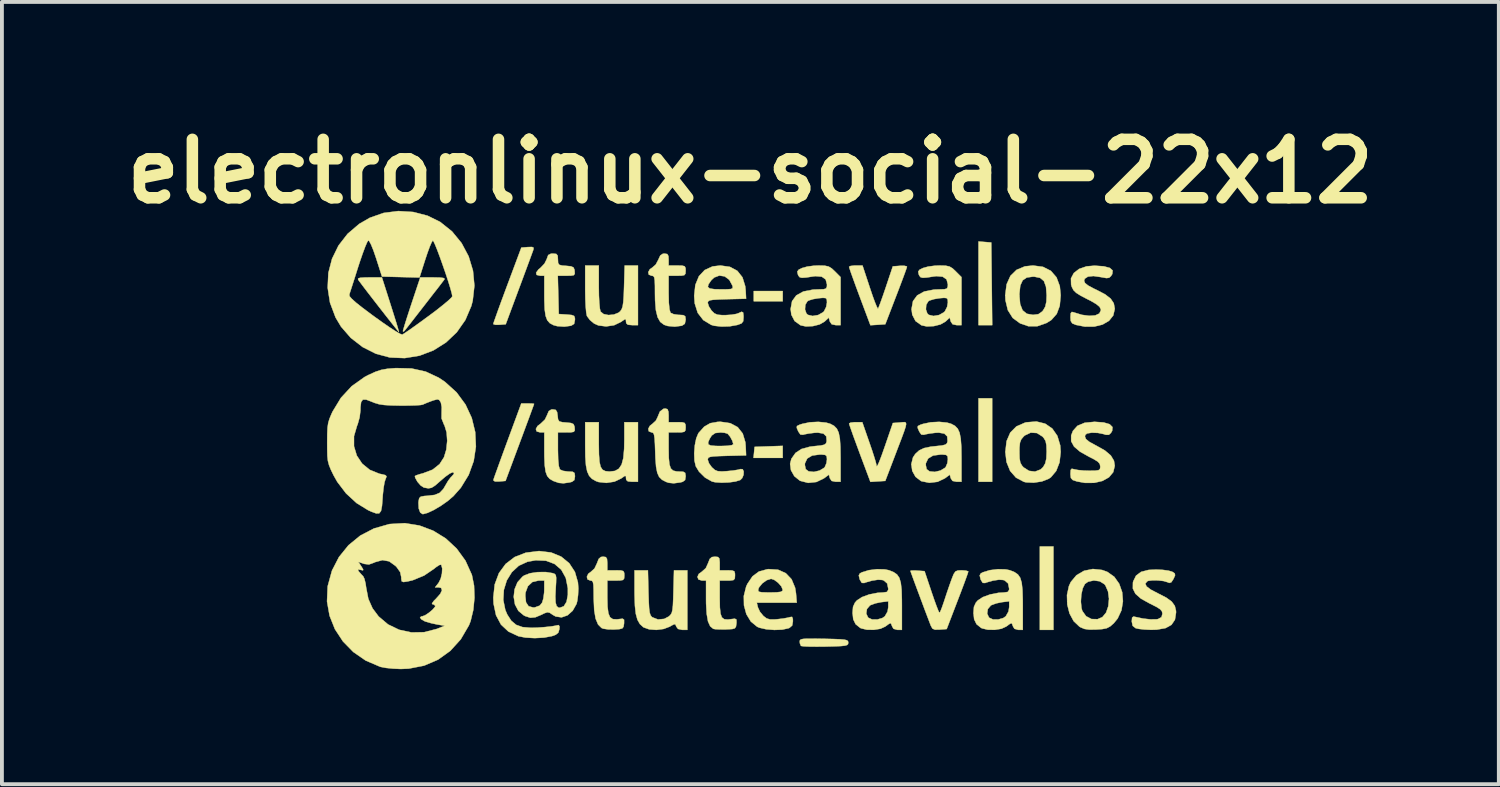
<source format=kicad_pcb>
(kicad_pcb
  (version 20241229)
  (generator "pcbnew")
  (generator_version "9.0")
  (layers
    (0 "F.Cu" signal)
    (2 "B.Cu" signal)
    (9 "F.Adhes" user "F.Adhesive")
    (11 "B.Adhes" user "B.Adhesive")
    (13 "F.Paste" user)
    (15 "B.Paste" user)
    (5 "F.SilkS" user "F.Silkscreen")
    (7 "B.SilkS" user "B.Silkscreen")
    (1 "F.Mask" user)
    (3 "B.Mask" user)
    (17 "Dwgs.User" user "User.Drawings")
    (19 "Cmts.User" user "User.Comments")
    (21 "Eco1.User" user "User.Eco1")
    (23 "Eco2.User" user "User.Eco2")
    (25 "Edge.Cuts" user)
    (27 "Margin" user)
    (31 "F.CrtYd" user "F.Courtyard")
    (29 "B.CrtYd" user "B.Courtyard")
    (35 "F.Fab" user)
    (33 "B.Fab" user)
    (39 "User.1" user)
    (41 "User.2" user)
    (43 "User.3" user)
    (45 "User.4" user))
  (footprint "electronlinux-social-22x12"
    (layer "F.Cu")
    (at 16.517 8.403)
    (property "Reference" "electronlinux-social-22x12" (at 0 -6.985 0) (layer "F.SilkS") (effects (font (size 1.524 1.524) (thickness 0.3))))
    (attr through_hole)
    (fp_poly (pts (xy 0.844 -3.597) (xy 0.089 -3.597) (xy 0.089 -3.863) (xy 0.844 -3.863) (xy 0.844 -3.597)) (stroke (width 0.01) (type solid)) (fill yes) (layer "F.SilkS"))
    (fp_poly (pts (xy 6.306 1.11) (xy 5.95 1.11) (xy 5.95 -1.066) (xy 6.306 -1.066) (xy 6.306 1.11)) (stroke (width 0.01) (type solid)) (fill yes) (layer "F.SilkS"))
    (fp_poly (pts (xy 7.904 4.973) (xy 7.549 4.973) (xy 7.549 2.798) (xy 7.904 2.798) (xy 7.904 4.973)) (stroke (width 0.01) (type solid)) (fill yes) (layer "F.SilkS"))
    (fp_poly (pts (xy 6.283 -5.129) (xy 6.295 -4.052) (xy 6.307 -2.975) (xy 5.95 -2.975) (xy 5.95 -5.156) (xy 6.283 -5.129)) (stroke (width 0.01) (type solid)) (fill yes) (layer "F.SilkS"))
    (fp_poly (pts (xy 0.844 0.488) (xy 0.083 0.488) (xy 0.097 0.344) (xy 0.111 0.2) (xy 0.477 0.187) (xy 0.844 0.174) (xy 0.844 0.488)) (stroke (width 0.01) (type solid)) (fill yes) (layer "F.SilkS"))
    (fp_poly (pts (xy -5.699 -0.93) (xy -5.642 -0.923) (xy -5.64 -0.921) (xy -5.654 -0.879) (xy -5.696 -0.764) (xy -5.76 -0.589) (xy -5.843 -0.366) (xy -5.939 -0.106) (xy -6.012 0.089) (xy -6.384 1.088) (xy -6.548 1.102) (xy -6.66 1.102) (xy -6.699 1.075) (xy -6.698 1.055) (xy -6.679 0.997) (xy -6.633 0.869) (xy -6.566 0.683) (xy -6.482 0.451) (xy -6.385 0.186) (xy -6.328 0.031) (xy -5.973 -0.932) (xy -5.806 -0.932) (xy -5.699 -0.93)) (stroke (width 0.01) (type solid)) (fill yes) (layer "F.SilkS"))
    (fp_poly (pts (xy -5.652 -4.993) (xy -5.658 -4.943) (xy -5.681 -4.879) (xy -5.73 -4.745) (xy -5.8 -4.555) (xy -5.887 -4.32) (xy -5.985 -4.055) (xy -6.032 -3.93) (xy -6.379 -2.997) (xy -6.542 -2.984) (xy -6.647 -2.983) (xy -6.701 -3) (xy -6.703 -3.006) (xy -6.688 -3.056) (xy -6.645 -3.177) (xy -6.581 -3.357) (xy -6.498 -3.585) (xy -6.401 -3.847) (xy -6.337 -4.019) (xy -5.972 -4.996) (xy -5.802 -5.01) (xy -5.693 -5.013) (xy -5.652 -4.993)) (stroke (width 0.01) (type solid)) (fill yes) (layer "F.SilkS"))
    (fp_poly (pts (xy -9.526 -3.963) (xy -9.401 -3.571) (xy -9.303 -3.261) (xy -9.231 -3.031) (xy -9.186 -2.88) (xy -9.167 -2.806) (xy -9.167 -2.798) (xy -9.196 -2.831) (xy -9.271 -2.923) (xy -9.383 -3.065) (xy -9.523 -3.243) (xy -9.683 -3.448) (xy -9.684 -3.449) (xy -9.847 -3.659) (xy -9.992 -3.847) (xy -10.11 -4.002) (xy -10.191 -4.11) (xy -10.227 -4.16) (xy -10.228 -4.191) (xy -10.176 -4.209) (xy -10.058 -4.217) (xy -9.935 -4.219) (xy -9.608 -4.219) (xy -9.526 -3.963)) (stroke (width 0.01) (type solid)) (fill yes) (layer "F.SilkS"))
    (fp_poly (pts (xy -8.1 -4.215) (xy -8.004 -4.204) (xy -7.972 -4.183) (xy -7.98 -4.163) (xy -8.045 -4.078) (xy -8.147 -3.945) (xy -8.276 -3.78) (xy -8.42 -3.594) (xy -8.569 -3.402) (xy -8.713 -3.217) (xy -8.84 -3.053) (xy -8.941 -2.924) (xy -9.005 -2.843) (xy -9.022 -2.822) (xy -9.055 -2.805) (xy -9.059 -2.822) (xy -9.045 -2.876) (xy -9.008 -3) (xy -8.952 -3.177) (xy -8.882 -3.393) (xy -8.833 -3.541) (xy -8.607 -4.219) (xy -8.273 -4.219) (xy -8.1 -4.215)) (stroke (width 0.01) (type solid)) (fill yes) (layer "F.SilkS"))
    (fp_poly (pts (xy 1.891 5.205) (xy 1.921 5.205) (xy 2.169 5.211) (xy 2.343 5.218) (xy 2.454 5.228) (xy 2.517 5.243) (xy 2.546 5.266) (xy 2.553 5.299) (xy 2.553 5.306) (xy 2.548 5.342) (xy 2.524 5.367) (xy 2.466 5.384) (xy 2.361 5.395) (xy 2.195 5.402) (xy 1.954 5.408) (xy 1.951 5.408) (xy 1.728 5.41) (xy 1.538 5.408) (xy 1.398 5.402) (xy 1.324 5.392) (xy 1.319 5.389) (xy 1.292 5.323) (xy 1.288 5.276) (xy 1.293 5.243) (xy 1.319 5.221) (xy 1.378 5.208) (xy 1.484 5.201) (xy 1.651 5.201) (xy 1.891 5.205)) (stroke (width 0.01) (type solid)) (fill yes) (layer "F.SilkS"))
    (fp_poly (pts (xy 3.115 -3.954) (xy 3.185 -3.747) (xy 3.247 -3.576) (xy 3.296 -3.457) (xy 3.325 -3.403) (xy 3.329 -3.402) (xy 3.351 -3.451) (xy 3.395 -3.567) (xy 3.455 -3.735) (xy 3.524 -3.936) (xy 3.534 -3.966) (xy 3.715 -4.507) (xy 3.9 -4.521) (xy 4.014 -4.522) (xy 4.079 -4.507) (xy 4.085 -4.499) (xy 4.069 -4.447) (xy 4.027 -4.328) (xy 3.962 -4.153) (xy 3.881 -3.938) (xy 3.801 -3.73) (xy 3.519 -2.997) (xy 3.325 -2.984) (xy 3.131 -2.972) (xy 2.852 -3.717) (xy 2.762 -3.959) (xy 2.685 -4.171) (xy 2.624 -4.341) (xy 2.586 -4.454) (xy 2.574 -4.496) (xy 2.614 -4.517) (xy 2.713 -4.529) (xy 2.75 -4.529) (xy 2.925 -4.529) (xy 3.115 -3.954)) (stroke (width 0.01) (type solid)) (fill yes) (layer "F.SilkS"))
    (fp_poly (pts (xy 4.054 -0.433) (xy 4.063 -0.395) (xy 4.049 -0.323) (xy 4.01 -0.204) (xy 3.946 -0.03) (xy 3.854 0.21) (xy 3.775 0.418) (xy 3.519 1.088) (xy 3.325 1.1) (xy 3.131 1.113) (xy 2.852 0.368) (xy 2.763 0.126) (xy 2.685 -0.086) (xy 2.625 -0.256) (xy 2.586 -0.369) (xy 2.575 -0.411) (xy 2.615 -0.432) (xy 2.713 -0.443) (xy 2.747 -0.444) (xy 2.919 -0.444) (xy 3.102 0.082) (xy 3.173 0.288) (xy 3.23 0.465) (xy 3.27 0.597) (xy 3.286 0.665) (xy 3.286 0.667) (xy 3.293 0.708) (xy 3.317 0.685) (xy 3.359 0.594) (xy 3.422 0.43) (xy 3.508 0.186) (xy 3.53 0.123) (xy 3.717 -0.422) (xy 3.905 -0.436) (xy 3.973 -0.443) (xy 4.023 -0.445) (xy 4.054 -0.433)) (stroke (width 0.01) (type solid)) (fill yes) (layer "F.SilkS"))
    (fp_poly (pts (xy -3.952 0.126) (xy -3.948 0.396) (xy -3.934 0.589) (xy -3.905 0.718) (xy -3.855 0.796) (xy -3.78 0.833) (xy -3.675 0.844) (xy -3.668 0.844) (xy -3.53 0.827) (xy -3.428 0.769) (xy -3.357 0.661) (xy -3.312 0.492) (xy -3.291 0.254) (xy -3.286 0.016) (xy -3.286 -0.444) (xy -2.931 -0.444) (xy -2.931 1.11) (xy -3.086 1.11) (xy -3.193 1.1) (xy -3.236 1.062) (xy -3.242 1.02) (xy -3.245 0.963) (xy -3.272 0.957) (xy -3.341 1.004) (xy -3.37 1.025) (xy -3.545 1.107) (xy -3.754 1.139) (xy -3.957 1.117) (xy -4.027 1.092) (xy -4.13 1.033) (xy -4.204 0.954) (xy -4.255 0.841) (xy -4.287 0.68) (xy -4.303 0.458) (xy -4.307 0.162) (xy -4.307 -0.444) (xy -3.952 -0.444) (xy -3.952 0.126)) (stroke (width 0.01) (type solid)) (fill yes) (layer "F.SilkS"))
    (fp_poly (pts (xy -2.657 4) (xy -2.649 4.241) (xy -2.64 4.409) (xy -2.626 4.519) (xy -2.604 4.588) (xy -2.574 4.63) (xy -2.556 4.644) (xy -2.409 4.701) (xy -2.246 4.686) (xy -2.125 4.622) (xy -2.082 4.581) (xy -2.051 4.531) (xy -2.032 4.455) (xy -2.019 4.336) (xy -2.011 4.157) (xy -2.006 3.978) (xy -1.991 3.419) (xy -1.643 3.419) (xy -1.643 4.973) (xy -1.773 4.973) (xy -1.886 4.948) (xy -1.931 4.887) (xy -1.953 4.832) (xy -1.988 4.825) (xy -2.063 4.864) (xy -2.1 4.887) (xy -2.26 4.948) (xy -2.45 4.973) (xy -2.637 4.959) (xy -2.783 4.907) (xy -2.792 4.901) (xy -2.881 4.82) (xy -2.944 4.709) (xy -2.986 4.556) (xy -3.01 4.345) (xy -3.019 4.064) (xy -3.02 3.976) (xy -3.02 3.419) (xy -2.671 3.419) (xy -2.657 4)) (stroke (width 0.01) (type solid)) (fill yes) (layer "F.SilkS"))
    (fp_poly (pts (xy -3.952 -3.971) (xy -3.949 -3.75) (xy -3.939 -3.556) (xy -3.925 -3.409) (xy -3.907 -3.329) (xy -3.906 -3.328) (xy -3.827 -3.263) (xy -3.7 -3.237) (xy -3.559 -3.25) (xy -3.435 -3.3) (xy -3.393 -3.335) (xy -3.356 -3.388) (xy -3.33 -3.463) (xy -3.313 -3.577) (xy -3.301 -3.746) (xy -3.293 -3.979) (xy -3.277 -4.529) (xy -2.931 -4.529) (xy -2.931 -2.975) (xy -3.086 -2.975) (xy -3.193 -2.985) (xy -3.236 -3.024) (xy -3.242 -3.065) (xy -3.246 -3.122) (xy -3.272 -3.128) (xy -3.342 -3.081) (xy -3.372 -3.059) (xy -3.552 -2.972) (xy -3.761 -2.941) (xy -3.963 -2.967) (xy -4.075 -3.017) (xy -4.184 -3.108) (xy -4.259 -3.209) (xy -4.264 -3.222) (xy -4.28 -3.308) (xy -4.294 -3.463) (xy -4.303 -3.664) (xy -4.307 -3.893) (xy -4.307 -3.933) (xy -4.307 -4.529) (xy -3.952 -4.529) (xy -3.952 -3.971)) (stroke (width 0.01) (type solid)) (fill yes) (layer "F.SilkS"))
    (fp_poly (pts (xy 5.619 3.427) (xy 5.68 3.445) (xy 5.683 3.453) (xy 5.668 3.503) (xy 5.626 3.622) (xy 5.562 3.796) (xy 5.481 4.011) (xy 5.401 4.219) (xy 5.12 4.951) (xy 4.936 4.965) (xy 4.815 4.967) (xy 4.75 4.94) (xy 4.709 4.868) (xy 4.703 4.854) (xy 4.634 4.673) (xy 4.554 4.463) (xy 4.47 4.237) (xy 4.386 4.013) (xy 4.309 3.806) (xy 4.244 3.63) (xy 4.198 3.502) (xy 4.175 3.437) (xy 4.174 3.433) (xy 4.213 3.424) (xy 4.312 3.425) (xy 4.359 3.428) (xy 4.543 3.441) (xy 4.725 3.984) (xy 4.795 4.188) (xy 4.856 4.356) (xy 4.903 4.475) (xy 4.929 4.527) (xy 4.931 4.528) (xy 4.956 4.49) (xy 4.997 4.387) (xy 5.048 4.24) (xy 5.059 4.207) (xy 5.124 4.009) (xy 5.194 3.805) (xy 5.249 3.652) (xy 5.301 3.52) (xy 5.348 3.45) (xy 5.41 3.424) (xy 5.509 3.419) (xy 5.619 3.427)) (stroke (width 0.01) (type solid)) (fill yes) (layer "F.SilkS"))
    (fp_poly (pts (xy 7.632 -4.494) (xy 7.837 -4.39) (xy 7.984 -4.221) (xy 8.07 -3.99) (xy 8.093 -3.752) (xy 8.068 -3.478) (xy 7.99 -3.268) (xy 7.852 -3.111) (xy 7.726 -3.031) (xy 7.483 -2.946) (xy 7.248 -2.947) (xy 7.035 -3.02) (xy 6.842 -3.162) (xy 6.715 -3.364) (xy 6.653 -3.622) (xy 6.647 -3.753) (xy 7.016 -3.753) (xy 7.036 -3.521) (xy 7.099 -3.362) (xy 7.209 -3.271) (xy 7.371 -3.242) (xy 7.371 -3.242) (xy 7.511 -3.26) (xy 7.609 -3.329) (xy 7.635 -3.359) (xy 7.691 -3.457) (xy 7.72 -3.586) (xy 7.727 -3.753) (xy 7.71 -3.975) (xy 7.656 -4.123) (xy 7.556 -4.207) (xy 7.404 -4.238) (xy 7.371 -4.239) (xy 7.209 -4.216) (xy 7.101 -4.142) (xy 7.039 -4.006) (xy 7.017 -3.798) (xy 7.016 -3.753) (xy 6.647 -3.753) (xy 6.647 -3.759) (xy 6.683 -4.039) (xy 6.782 -4.259) (xy 6.942 -4.416) (xy 7.159 -4.507) (xy 7.371 -4.529) (xy 7.632 -4.494)) (stroke (width 0.01) (type solid)) (fill yes) (layer "F.SilkS"))
    (fp_poly (pts (xy -5.06 -4.831) (xy -5.024 -4.785) (xy -5.018 -4.687) (xy -5.013 -4.595) (xy -4.984 -4.548) (xy -4.907 -4.528) (xy -4.807 -4.521) (xy -4.678 -4.508) (xy -4.613 -4.48) (xy -4.587 -4.423) (xy -4.582 -4.385) (xy -4.579 -4.313) (xy -4.604 -4.277) (xy -4.68 -4.264) (xy -4.794 -4.263) (xy -5.021 -4.263) (xy -5.008 -3.763) (xy -4.996 -3.264) (xy -4.785 -3.25) (xy -4.657 -3.238) (xy -4.595 -3.213) (xy -4.575 -3.159) (xy -4.574 -3.111) (xy -4.596 -3.007) (xy -4.674 -2.959) (xy -4.852 -2.935) (xy -5.037 -2.948) (xy -5.135 -2.975) (xy -5.23 -3.026) (xy -5.296 -3.102) (xy -5.339 -3.216) (xy -5.363 -3.384) (xy -5.372 -3.62) (xy -5.373 -3.74) (xy -5.373 -4.263) (xy -5.484 -4.263) (xy -5.573 -4.284) (xy -5.587 -4.341) (xy -5.526 -4.425) (xy -5.466 -4.475) (xy -5.368 -4.579) (xy -5.308 -4.699) (xy -5.307 -4.705) (xy -5.271 -4.802) (xy -5.201 -4.837) (xy -5.148 -4.84) (xy -5.06 -4.831)) (stroke (width 0.01) (type solid)) (fill yes) (layer "F.SilkS"))
    (fp_poly (pts (xy 7.688 -0.405) (xy 7.873 -0.278) (xy 8.006 -0.087) (xy 8.08 0.161) (xy 8.093 0.332) (xy 8.063 0.604) (xy 7.976 0.828) (xy 7.838 0.992) (xy 7.779 1.033) (xy 7.601 1.102) (xy 7.389 1.134) (xy 7.19 1.125) (xy 7.132 1.111) (xy 6.927 1.002) (xy 6.774 0.827) (xy 6.68 0.595) (xy 6.65 0.333) (xy 7.016 0.333) (xy 7.021 0.501) (xy 7.04 0.61) (xy 7.083 0.688) (xy 7.125 0.735) (xy 7.268 0.826) (xy 7.424 0.845) (xy 7.568 0.79) (xy 7.635 0.727) (xy 7.69 0.631) (xy 7.719 0.506) (xy 7.727 0.325) (xy 7.721 0.159) (xy 7.7 0.051) (xy 7.655 -0.027) (xy 7.618 -0.069) (xy 7.471 -0.161) (xy 7.311 -0.171) (xy 7.159 -0.099) (xy 7.125 -0.069) (xy 7.064 0.005) (xy 7.031 0.091) (xy 7.018 0.218) (xy 7.016 0.333) (xy 6.65 0.333) (xy 6.682 0.05) (xy 6.778 -0.172) (xy 6.938 -0.333) (xy 7.162 -0.431) (xy 7.197 -0.44) (xy 7.46 -0.461) (xy 7.688 -0.405)) (stroke (width 0.01) (type solid)) (fill yes) (layer "F.SilkS"))
    (fp_poly (pts (xy 9.173 3.411) (xy 9.307 3.459) (xy 9.489 3.587) (xy 9.619 3.77) (xy 9.696 3.989) (xy 9.716 4.226) (xy 9.678 4.461) (xy 9.578 4.676) (xy 9.477 4.8) (xy 9.383 4.882) (xy 9.294 4.929) (xy 9.178 4.952) (xy 9.024 4.963) (xy 8.841 4.966) (xy 8.713 4.948) (xy 8.609 4.904) (xy 8.583 4.889) (xy 8.431 4.745) (xy 8.323 4.544) (xy 8.264 4.309) (xy 8.262 4.235) (xy 8.619 4.235) (xy 8.635 4.403) (xy 8.657 4.479) (xy 8.755 4.616) (xy 8.896 4.69) (xy 9.054 4.694) (xy 9.181 4.639) (xy 9.277 4.522) (xy 9.335 4.354) (xy 9.353 4.161) (xy 9.328 3.972) (xy 9.26 3.815) (xy 9.232 3.78) (xy 9.11 3.705) (xy 8.957 3.684) (xy 8.809 3.716) (xy 8.725 3.775) (xy 8.668 3.887) (xy 8.631 4.051) (xy 8.619 4.235) (xy 8.262 4.235) (xy 8.257 4.063) (xy 8.308 3.83) (xy 8.356 3.725) (xy 8.504 3.547) (xy 8.701 3.432) (xy 8.93 3.385) (xy 9.173 3.411)) (stroke (width 0.01) (type solid)) (fill yes) (layer "F.SilkS"))
    (fp_poly (pts (xy -0.844 3.072) (xy -0.808 3.112) (xy -0.799 3.209) (xy -0.799 3.242) (xy -0.799 3.419) (xy -0.599 3.419) (xy -0.477 3.423) (xy -0.418 3.445) (xy -0.401 3.502) (xy -0.4 3.552) (xy -0.405 3.634) (xy -0.439 3.673) (xy -0.524 3.685) (xy -0.599 3.686) (xy -0.799 3.686) (xy -0.799 4.146) (xy -0.795 4.386) (xy -0.778 4.549) (xy -0.742 4.648) (xy -0.68 4.695) (xy -0.586 4.703) (xy -0.508 4.693) (xy -0.404 4.681) (xy -0.363 4.703) (xy -0.361 4.781) (xy -0.364 4.809) (xy -0.375 4.888) (xy -0.404 4.931) (xy -0.473 4.951) (xy -0.604 4.958) (xy -0.644 4.96) (xy -0.796 4.961) (xy -0.916 4.954) (xy -0.967 4.945) (xy -1.047 4.878) (xy -1.104 4.752) (xy -1.138 4.557) (xy -1.154 4.287) (xy -1.155 4.176) (xy -1.155 3.686) (xy -1.266 3.686) (xy -1.353 3.658) (xy -1.379 3.591) (xy -1.345 3.513) (xy -1.265 3.455) (xy -1.161 3.362) (xy -1.103 3.234) (xy -1.059 3.122) (xy -1.004 3.074) (xy -0.925 3.064) (xy -0.844 3.072)) (stroke (width 0.01) (type solid)) (fill yes) (layer "F.SilkS"))
    (fp_poly (pts (xy -5.075 -0.764) (xy -5.04 -0.709) (xy -5.026 -0.613) (xy -5.014 -0.513) (xy -4.98 -0.463) (xy -4.901 -0.443) (xy -4.804 -0.435) (xy -4.677 -0.422) (xy -4.613 -0.394) (xy -4.587 -0.335) (xy -4.582 -0.3) (xy -4.579 -0.228) (xy -4.605 -0.192) (xy -4.681 -0.179) (xy -4.793 -0.178) (xy -5.018 -0.178) (xy -5.018 0.28) (xy -5.012 0.527) (xy -4.996 0.697) (xy -4.969 0.785) (xy -4.965 0.79) (xy -4.887 0.825) (xy -4.766 0.843) (xy -4.743 0.844) (xy -4.632 0.85) (xy -4.585 0.882) (xy -4.574 0.958) (xy -4.574 0.971) (xy -4.589 1.065) (xy -4.651 1.111) (xy -4.713 1.127) (xy -4.873 1.15) (xy -4.997 1.139) (xy -5.136 1.09) (xy -5.14 1.088) (xy -5.232 1.035) (xy -5.297 0.96) (xy -5.339 0.847) (xy -5.362 0.683) (xy -5.372 0.451) (xy -5.373 0.308) (xy -5.373 -0.178) (xy -5.484 -0.178) (xy -5.572 -0.203) (xy -5.593 -0.265) (xy -5.549 -0.344) (xy -5.47 -0.404) (xy -5.357 -0.512) (xy -5.302 -0.626) (xy -5.257 -0.733) (xy -5.19 -0.774) (xy -5.149 -0.777) (xy -5.075 -0.764)) (stroke (width 0.01) (type solid)) (fill yes) (layer "F.SilkS"))
    (fp_poly (pts (xy -2.16 -0.782) (xy -2.136 -0.716) (xy -2.131 -0.622) (xy -2.131 -0.444) (xy -1.909 -0.444) (xy -1.778 -0.441) (xy -1.712 -0.423) (xy -1.69 -0.377) (xy -1.687 -0.311) (xy -1.692 -0.232) (xy -1.722 -0.193) (xy -1.8 -0.179) (xy -1.909 -0.178) (xy -2.131 -0.178) (xy -2.131 0.247) (xy -2.127 0.489) (xy -2.11 0.657) (xy -2.075 0.762) (xy -2.015 0.819) (xy -1.925 0.841) (xy -1.863 0.844) (xy -1.75 0.849) (xy -1.7 0.878) (xy -1.688 0.949) (xy -1.687 0.971) (xy -1.702 1.065) (xy -1.764 1.111) (xy -1.826 1.127) (xy -1.997 1.15) (xy -2.127 1.137) (xy -2.198 1.113) (xy -2.303 1.058) (xy -2.378 0.985) (xy -2.427 0.877) (xy -2.458 0.719) (xy -2.475 0.496) (xy -2.48 0.351) (xy -2.488 0.126) (xy -2.497 -0.024) (xy -2.511 -0.115) (xy -2.532 -0.161) (xy -2.563 -0.177) (xy -2.58 -0.178) (xy -2.649 -0.206) (xy -2.661 -0.272) (xy -2.619 -0.35) (xy -2.557 -0.398) (xy -2.464 -0.484) (xy -2.42 -0.572) (xy -2.358 -0.722) (xy -2.265 -0.793) (xy -2.215 -0.799) (xy -2.16 -0.782)) (stroke (width 0.01) (type solid)) (fill yes) (layer "F.SilkS"))
    (fp_poly (pts (xy -3.769 3.074) (xy -3.738 3.121) (xy -3.73 3.229) (xy -3.73 3.242) (xy -3.73 3.419) (xy -3.508 3.419) (xy -3.377 3.422) (xy -3.311 3.44) (xy -3.289 3.487) (xy -3.286 3.552) (xy -3.291 3.631) (xy -3.321 3.671) (xy -3.398 3.684) (xy -3.508 3.686) (xy -3.73 3.686) (xy -3.73 4.127) (xy -3.724 4.372) (xy -3.702 4.54) (xy -3.659 4.643) (xy -3.587 4.692) (xy -3.482 4.698) (xy -3.431 4.692) (xy -3.33 4.681) (xy -3.293 4.707) (xy -3.293 4.792) (xy -3.294 4.809) (xy -3.307 4.891) (xy -3.339 4.934) (xy -3.414 4.953) (xy -3.552 4.962) (xy -3.705 4.96) (xy -3.83 4.942) (xy -3.879 4.924) (xy -3.971 4.832) (xy -4.035 4.679) (xy -4.072 4.457) (xy -4.085 4.157) (xy -4.085 4.131) (xy -4.087 3.929) (xy -4.092 3.799) (xy -4.106 3.726) (xy -4.13 3.693) (xy -4.169 3.686) (xy -4.174 3.686) (xy -4.246 3.656) (xy -4.263 3.588) (xy -4.227 3.51) (xy -4.158 3.458) (xy -4.063 3.371) (xy -4 3.237) (xy -3.955 3.122) (xy -3.898 3.072) (xy -3.839 3.064) (xy -3.769 3.074)) (stroke (width 0.01) (type solid)) (fill yes) (layer "F.SilkS"))
    (fp_poly (pts (xy -2.166 -4.828) (xy -2.136 -4.774) (xy -2.131 -4.685) (xy -2.131 -4.529) (xy -1.909 -4.529) (xy -1.778 -4.526) (xy -1.712 -4.509) (xy -1.69 -4.462) (xy -1.687 -4.396) (xy -1.692 -4.317) (xy -1.722 -4.278) (xy -1.8 -4.264) (xy -1.909 -4.263) (xy -2.131 -4.263) (xy -2.131 -3.806) (xy -2.126 -3.559) (xy -2.109 -3.388) (xy -2.083 -3.3) (xy -2.078 -3.295) (xy -2.001 -3.26) (xy -1.88 -3.242) (xy -1.856 -3.242) (xy -1.746 -3.235) (xy -1.698 -3.204) (xy -1.687 -3.127) (xy -1.687 -3.114) (xy -1.709 -3.009) (xy -1.784 -2.96) (xy -1.787 -2.959) (xy -1.971 -2.935) (xy -2.155 -2.952) (xy -2.251 -2.984) (xy -2.35 -3.059) (xy -2.419 -3.182) (xy -2.463 -3.364) (xy -2.484 -3.616) (xy -2.487 -3.792) (xy -2.488 -4.001) (xy -2.493 -4.137) (xy -2.505 -4.216) (xy -2.528 -4.252) (xy -2.563 -4.263) (xy -2.576 -4.263) (xy -2.648 -4.291) (xy -2.662 -4.356) (xy -2.621 -4.431) (xy -2.558 -4.475) (xy -2.467 -4.554) (xy -2.399 -4.681) (xy -2.399 -4.682) (xy -2.348 -4.792) (xy -2.281 -4.836) (xy -2.239 -4.84) (xy -2.166 -4.828)) (stroke (width 0.01) (type solid)) (fill yes) (layer "F.SilkS"))
    (fp_poly (pts (xy 9.218 -4.508) (xy 9.375 -4.466) (xy 9.448 -4.4) (xy 9.438 -4.307) (xy 9.404 -4.253) (xy 9.356 -4.21) (xy 9.287 -4.201) (xy 9.166 -4.222) (xy 9.142 -4.227) (xy 8.949 -4.255) (xy 8.804 -4.24) (xy 8.72 -4.185) (xy 8.703 -4.13) (xy 8.728 -4.072) (xy 8.809 -4.007) (xy 8.958 -3.927) (xy 9.03 -3.893) (xy 9.252 -3.777) (xy 9.397 -3.664) (xy 9.477 -3.544) (xy 9.503 -3.404) (xy 9.503 -3.397) (xy 9.463 -3.225) (xy 9.352 -3.087) (xy 9.184 -2.989) (xy 8.971 -2.937) (xy 8.726 -2.935) (xy 8.493 -2.98) (xy 8.395 -3.02) (xy 8.355 -3.083) (xy 8.348 -3.181) (xy 8.355 -3.285) (xy 8.383 -3.319) (xy 8.426 -3.31) (xy 8.644 -3.243) (xy 8.838 -3.217) (xy 8.995 -3.228) (xy 9.1 -3.277) (xy 9.141 -3.361) (xy 9.14 -3.386) (xy 9.107 -3.452) (xy 9.02 -3.524) (xy 8.867 -3.613) (xy 8.798 -3.647) (xy 8.616 -3.742) (xy 8.498 -3.816) (xy 8.426 -3.887) (xy 8.384 -3.969) (xy 8.365 -4.031) (xy 8.361 -4.193) (xy 8.435 -4.333) (xy 8.573 -4.44) (xy 8.767 -4.507) (xy 8.977 -4.525) (xy 9.218 -4.508)) (stroke (width 0.01) (type solid)) (fill yes) (layer "F.SilkS"))
    (fp_poly (pts (xy 8.982 -0.453) (xy 9.216 -0.436) (xy 9.37 -0.39) (xy 9.444 -0.316) (xy 9.435 -0.217) (xy 9.402 -0.162) (xy 9.349 -0.114) (xy 9.273 -0.114) (xy 9.207 -0.135) (xy 9.064 -0.164) (xy 8.907 -0.17) (xy 8.896 -0.169) (xy 8.781 -0.15) (xy 8.733 -0.11) (xy 8.726 -0.067) (xy 8.752 -0.003) (xy 8.838 0.068) (xy 8.996 0.155) (xy 9.014 0.164) (xy 9.247 0.295) (xy 9.4 0.425) (xy 9.482 0.562) (xy 9.503 0.693) (xy 9.463 0.86) (xy 9.352 0.993) (xy 9.183 1.088) (xy 8.969 1.138) (xy 8.723 1.139) (xy 8.515 1.101) (xy 8.406 1.064) (xy 8.359 1.011) (xy 8.348 0.912) (xy 8.348 0.903) (xy 8.354 0.802) (xy 8.382 0.77) (xy 8.448 0.785) (xy 8.545 0.804) (xy 8.694 0.818) (xy 8.837 0.822) (xy 8.992 0.82) (xy 9.078 0.809) (xy 9.116 0.781) (xy 9.125 0.729) (xy 9.125 0.71) (xy 9.112 0.644) (xy 9.062 0.586) (xy 8.957 0.521) (xy 8.84 0.462) (xy 8.599 0.327) (xy 8.442 0.193) (xy 8.366 0.054) (xy 8.366 -0.097) (xy 8.413 -0.218) (xy 8.53 -0.349) (xy 8.717 -0.428) (xy 8.973 -0.453) (xy 8.982 -0.453)) (stroke (width 0.01) (type solid)) (fill yes) (layer "F.SilkS"))
    (fp_poly (pts (xy 0.722 3.404) (xy 0.924 3.494) (xy 1.075 3.652) (xy 1.167 3.873) (xy 1.19 4.017) (xy 1.21 4.263) (xy 0.168 4.263) (xy 0.197 4.385) (xy 0.25 4.5) (xy 0.34 4.609) (xy 0.343 4.612) (xy 0.425 4.674) (xy 0.512 4.7) (xy 0.638 4.7) (xy 0.708 4.694) (xy 0.86 4.676) (xy 0.984 4.653) (xy 1.032 4.64) (xy 1.087 4.633) (xy 1.108 4.686) (xy 1.11 4.748) (xy 1.091 4.859) (xy 1.02 4.92) (xy 0.996 4.93) (xy 0.832 4.966) (xy 0.626 4.974) (xy 0.415 4.957) (xy 0.237 4.916) (xy 0.178 4.891) (xy 0.013 4.755) (xy -0.104 4.562) (xy -0.166 4.333) (xy -0.17 4.088) (xy -0.136 3.953) (xy 0.204 3.953) (xy 0.228 3.979) (xy 0.299 3.992) (xy 0.434 3.996) (xy 0.515 3.997) (xy 0.688 3.993) (xy 0.79 3.981) (xy 0.836 3.956) (xy 0.844 3.928) (xy 0.809 3.839) (xy 0.724 3.743) (xy 0.621 3.667) (xy 0.541 3.641) (xy 0.428 3.676) (xy 0.311 3.76) (xy 0.226 3.865) (xy 0.209 3.907) (xy 0.204 3.953) (xy -0.136 3.953) (xy -0.11 3.847) (xy -0.078 3.775) (xy 0.057 3.575) (xy 0.224 3.451) (xy 0.439 3.392) (xy 0.474 3.388) (xy 0.722 3.404)) (stroke (width 0.01) (type solid)) (fill yes) (layer "F.SilkS"))
    (fp_poly (pts (xy 10.757 3.408) (xy 10.907 3.429) (xy 11.002 3.457) (xy 11.002 3.457) (xy 11.067 3.5) (xy 11.076 3.55) (xy 11.035 3.642) (xy 11.034 3.644) (xy 10.978 3.731) (xy 10.925 3.748) (xy 10.878 3.729) (xy 10.777 3.699) (xy 10.634 3.682) (xy 10.489 3.68) (xy 10.378 3.694) (xy 10.351 3.705) (xy 10.3 3.766) (xy 10.331 3.838) (xy 10.444 3.924) (xy 10.633 4.022) (xy 10.848 4.133) (xy 10.99 4.237) (xy 11.069 4.347) (xy 11.1 4.477) (xy 11.101 4.52) (xy 11.072 4.707) (xy 10.982 4.841) (xy 10.825 4.927) (xy 10.596 4.967) (xy 10.449 4.971) (xy 10.278 4.963) (xy 10.132 4.947) (xy 10.047 4.928) (xy 9.97 4.867) (xy 9.947 4.756) (xy 9.947 4.748) (xy 9.955 4.653) (xy 9.991 4.625) (xy 10.047 4.636) (xy 10.238 4.677) (xy 10.431 4.699) (xy 10.589 4.697) (xy 10.632 4.69) (xy 10.722 4.641) (xy 10.746 4.551) (xy 10.734 4.491) (xy 10.689 4.436) (xy 10.594 4.375) (xy 10.435 4.294) (xy 10.409 4.282) (xy 10.185 4.157) (xy 10.042 4.031) (xy 9.975 3.895) (xy 9.977 3.739) (xy 9.985 3.706) (xy 10.058 3.558) (xy 10.189 3.46) (xy 10.386 3.409) (xy 10.583 3.4) (xy 10.757 3.408)) (stroke (width 0.01) (type solid)) (fill yes) (layer "F.SilkS"))
    (fp_poly (pts (xy -0.533 -4.494) (xy -0.34 -4.391) (xy -0.206 -4.222) (xy -0.134 -3.99) (xy -0.122 -3.876) (xy -0.111 -3.663) (xy -0.611 -3.651) (xy -0.828 -3.644) (xy -0.971 -3.635) (xy -1.056 -3.621) (xy -1.097 -3.599) (xy -1.11 -3.566) (xy -1.11 -3.553) (xy -1.082 -3.463) (xy -1.015 -3.358) (xy -1.008 -3.35) (xy -0.937 -3.281) (xy -0.856 -3.246) (xy -0.733 -3.235) (xy -0.653 -3.235) (xy -0.497 -3.245) (xy -0.368 -3.266) (xy -0.314 -3.284) (xy -0.228 -3.323) (xy -0.189 -3.306) (xy -0.178 -3.218) (xy -0.178 -3.177) (xy -0.187 -3.074) (xy -0.231 -3.019) (xy -0.336 -2.98) (xy -0.344 -2.978) (xy -0.541 -2.943) (xy -0.754 -2.937) (xy -0.943 -2.958) (xy -1.021 -2.981) (xy -1.228 -3.107) (xy -1.372 -3.294) (xy -1.45 -3.54) (xy -1.465 -3.739) (xy -1.44 -3.969) (xy -1.108 -3.969) (xy -1.057 -3.929) (xy -0.932 -3.911) (xy -0.774 -3.908) (xy -0.604 -3.909) (xy -0.506 -3.916) (xy -0.464 -3.936) (xy -0.459 -3.972) (xy -0.469 -4.008) (xy -0.55 -4.157) (xy -0.67 -4.246) (xy -0.809 -4.267) (xy -0.944 -4.216) (xy -1.018 -4.146) (xy -1.092 -4.039) (xy -1.108 -3.969) (xy -1.44 -3.969) (xy -1.434 -4.024) (xy -1.341 -4.25) (xy -1.191 -4.411) (xy -0.986 -4.505) (xy -0.782 -4.529) (xy -0.533 -4.494)) (stroke (width 0.01) (type solid)) (fill yes) (layer "F.SilkS"))
    (fp_poly (pts (xy 1.937 -4.525) (xy 2.04 -4.503) (xy 2.124 -4.452) (xy 2.203 -4.378) (xy 2.353 -4.227) (xy 2.353 -2.975) (xy 2.225 -2.975) (xy 2.121 -2.997) (xy 2.072 -3.071) (xy 2.072 -3.073) (xy 2.046 -3.171) (xy 1.935 -3.067) (xy 1.806 -2.993) (xy 1.632 -2.949) (xy 1.451 -2.94) (xy 1.31 -2.97) (xy 1.155 -3.081) (xy 1.069 -3.246) (xy 1.052 -3.385) (xy 1.425 -3.385) (xy 1.461 -3.28) (xy 1.499 -3.243) (xy 1.623 -3.213) (xy 1.769 -3.238) (xy 1.894 -3.309) (xy 1.921 -3.335) (xy 1.978 -3.45) (xy 1.998 -3.563) (xy 1.994 -3.642) (xy 1.968 -3.679) (xy 1.895 -3.686) (xy 1.778 -3.676) (xy 1.634 -3.652) (xy 1.522 -3.617) (xy 1.489 -3.598) (xy 1.434 -3.505) (xy 1.425 -3.385) (xy 1.052 -3.385) (xy 1.051 -3.398) (xy 1.088 -3.599) (xy 1.198 -3.75) (xy 1.381 -3.851) (xy 1.636 -3.901) (xy 1.787 -3.907) (xy 1.915 -3.911) (xy 1.976 -3.931) (xy 1.997 -3.982) (xy 1.998 -4.039) (xy 1.964 -4.167) (xy 1.862 -4.238) (xy 1.696 -4.252) (xy 1.626 -4.243) (xy 1.452 -4.216) (xy 1.346 -4.209) (xy 1.286 -4.224) (xy 1.253 -4.265) (xy 1.239 -4.299) (xy 1.224 -4.371) (xy 1.26 -4.42) (xy 1.353 -4.465) (xy 1.484 -4.501) (xy 1.658 -4.524) (xy 1.779 -4.529) (xy 1.937 -4.525)) (stroke (width 0.01) (type solid)) (fill yes) (layer "F.SilkS"))
    (fp_poly (pts (xy 5.09 -4.525) (xy 5.193 -4.503) (xy 5.277 -4.452) (xy 5.355 -4.378) (xy 5.506 -4.227) (xy 5.506 -2.975) (xy 5.378 -2.975) (xy 5.274 -2.997) (xy 5.225 -3.071) (xy 5.225 -3.073) (xy 5.199 -3.171) (xy 5.088 -3.067) (xy 4.959 -2.993) (xy 4.785 -2.949) (xy 4.604 -2.94) (xy 4.463 -2.97) (xy 4.307 -3.081) (xy 4.222 -3.246) (xy 4.205 -3.385) (xy 4.578 -3.385) (xy 4.614 -3.28) (xy 4.651 -3.243) (xy 4.776 -3.213) (xy 4.921 -3.238) (xy 5.047 -3.309) (xy 5.073 -3.335) (xy 5.131 -3.45) (xy 5.151 -3.563) (xy 5.147 -3.642) (xy 5.12 -3.679) (xy 5.048 -3.686) (xy 4.93 -3.676) (xy 4.787 -3.652) (xy 4.675 -3.617) (xy 4.642 -3.598) (xy 4.587 -3.505) (xy 4.578 -3.385) (xy 4.205 -3.385) (xy 4.204 -3.398) (xy 4.241 -3.599) (xy 4.351 -3.75) (xy 4.534 -3.851) (xy 4.789 -3.901) (xy 4.94 -3.907) (xy 5.067 -3.911) (xy 5.129 -3.931) (xy 5.149 -3.982) (xy 5.151 -4.039) (xy 5.117 -4.167) (xy 5.015 -4.238) (xy 4.849 -4.252) (xy 4.778 -4.243) (xy 4.605 -4.216) (xy 4.499 -4.209) (xy 4.439 -4.224) (xy 4.406 -4.265) (xy 4.391 -4.299) (xy 4.377 -4.371) (xy 4.413 -4.42) (xy 4.506 -4.465) (xy 4.637 -4.501) (xy 4.811 -4.524) (xy 4.932 -4.529) (xy 5.09 -4.525)) (stroke (width 0.01) (type solid)) (fill yes) (layer "F.SilkS"))
    (fp_poly (pts (xy -0.523 -0.417) (xy -0.33 -0.314) (xy -0.199 -0.148) (xy -0.13 0.081) (xy -0.122 0.178) (xy -0.111 0.422) (xy -0.611 0.434) (xy -0.827 0.441) (xy -0.97 0.449) (xy -1.055 0.463) (xy -1.096 0.485) (xy -1.109 0.518) (xy -1.11 0.536) (xy -1.08 0.627) (xy -1.007 0.729) (xy -0.996 0.74) (xy -0.924 0.803) (xy -0.849 0.834) (xy -0.742 0.841) (xy -0.608 0.833) (xy -0.448 0.817) (xy -0.317 0.796) (xy -0.255 0.779) (xy -0.199 0.784) (xy -0.173 0.844) (xy -0.178 0.931) (xy -0.213 1.015) (xy -0.264 1.065) (xy -0.387 1.103) (xy -0.56 1.127) (xy -0.749 1.134) (xy -0.916 1.123) (xy -0.999 1.104) (xy -1.181 1.001) (xy -1.337 0.848) (xy -1.423 0.706) (xy -1.457 0.558) (xy -1.464 0.366) (xy -1.448 0.162) (xy -1.431 0.078) (xy -1.1 0.078) (xy -1.096 0.134) (xy -1.035 0.165) (xy -0.906 0.176) (xy -0.777 0.178) (xy -0.596 0.172) (xy -0.481 0.155) (xy -0.444 0.13) (xy -0.47 0.04) (xy -0.528 -0.067) (xy -0.592 -0.142) (xy -0.595 -0.144) (xy -0.672 -0.167) (xy -0.777 -0.176) (xy -0.917 -0.16) (xy -1.007 -0.096) (xy -1.059 -0.014) (xy -1.1 0.078) (xy -1.431 0.078) (xy -1.411 -0.022) (xy -1.356 -0.154) (xy -1.35 -0.162) (xy -1.203 -0.326) (xy -1.047 -0.417) (xy -0.852 -0.452) (xy -0.774 -0.454) (xy -0.523 -0.417)) (stroke (width 0.01) (type solid)) (fill yes) (layer "F.SilkS"))
    (fp_poly (pts (xy 1.976 -0.432) (xy 2.084 -0.401) (xy 2.183 -0.348) (xy 2.255 -0.275) (xy 2.304 -0.169) (xy 2.334 -0.015) (xy 2.349 0.2) (xy 2.353 0.488) (xy 2.353 0.508) (xy 2.353 1.11) (xy 2.225 1.11) (xy 2.119 1.088) (xy 2.073 1.018) (xy 2.049 0.925) (xy 1.919 1.021) (xy 1.723 1.116) (xy 1.507 1.139) (xy 1.301 1.086) (xy 1.288 1.079) (xy 1.147 0.965) (xy 1.059 0.809) (xy 1.041 0.67) (xy 1.421 0.67) (xy 1.444 0.782) (xy 1.52 0.839) (xy 1.657 0.853) (xy 1.806 0.818) (xy 1.924 0.746) (xy 1.943 0.724) (xy 1.985 0.624) (xy 1.998 0.524) (xy 1.991 0.446) (xy 1.953 0.41) (xy 1.86 0.4) (xy 1.808 0.4) (xy 1.613 0.426) (xy 1.483 0.504) (xy 1.424 0.628) (xy 1.421 0.67) (xy 1.041 0.67) (xy 1.037 0.639) (xy 1.07 0.512) (xy 1.178 0.358) (xy 1.334 0.255) (xy 1.551 0.196) (xy 1.675 0.181) (xy 1.836 0.165) (xy 1.928 0.144) (xy 1.973 0.11) (xy 1.99 0.056) (xy 1.991 0.053) (xy 1.981 -0.073) (xy 1.906 -0.146) (xy 1.76 -0.171) (xy 1.667 -0.166) (xy 1.523 -0.148) (xy 1.408 -0.126) (xy 1.373 -0.115) (xy 1.305 -0.122) (xy 1.251 -0.2) (xy 1.211 -0.294) (xy 1.215 -0.342) (xy 1.279 -0.375) (xy 1.351 -0.399) (xy 1.55 -0.441) (xy 1.772 -0.452) (xy 1.976 -0.432)) (stroke (width 0.01) (type solid)) (fill yes) (layer "F.SilkS"))
    (fp_poly (pts (xy 5.129 -0.432) (xy 5.237 -0.401) (xy 5.336 -0.348) (xy 5.407 -0.275) (xy 5.456 -0.169) (xy 5.486 -0.015) (xy 5.502 0.2) (xy 5.506 0.488) (xy 5.506 0.508) (xy 5.506 1.11) (xy 5.378 1.11) (xy 5.272 1.088) (xy 5.226 1.018) (xy 5.202 0.925) (xy 5.072 1.021) (xy 4.883 1.111) (xy 4.668 1.137) (xy 4.464 1.096) (xy 4.45 1.09) (xy 4.308 0.982) (xy 4.222 0.827) (xy 4.201 0.67) (xy 4.574 0.67) (xy 4.597 0.782) (xy 4.673 0.839) (xy 4.809 0.853) (xy 4.958 0.818) (xy 5.076 0.746) (xy 5.096 0.724) (xy 5.138 0.624) (xy 5.151 0.524) (xy 5.144 0.446) (xy 5.106 0.41) (xy 5.013 0.4) (xy 4.961 0.4) (xy 4.766 0.426) (xy 4.636 0.504) (xy 4.577 0.628) (xy 4.574 0.67) (xy 4.201 0.67) (xy 4.198 0.65) (xy 4.241 0.476) (xy 4.302 0.384) (xy 4.403 0.292) (xy 4.53 0.232) (xy 4.706 0.195) (xy 4.84 0.181) (xy 4.997 0.164) (xy 5.086 0.142) (xy 5.128 0.106) (xy 5.143 0.053) (xy 5.134 -0.073) (xy 5.059 -0.146) (xy 4.913 -0.171) (xy 4.82 -0.166) (xy 4.675 -0.148) (xy 4.561 -0.126) (xy 4.526 -0.115) (xy 4.457 -0.122) (xy 4.404 -0.2) (xy 4.364 -0.294) (xy 4.368 -0.342) (xy 4.432 -0.375) (xy 4.504 -0.399) (xy 4.703 -0.441) (xy 4.924 -0.452) (xy 5.129 -0.432)) (stroke (width 0.01) (type solid)) (fill yes) (layer "F.SilkS"))
    (fp_poly (pts (xy 3.505 3.395) (xy 3.613 3.417) (xy 3.735 3.466) (xy 3.824 3.527) (xy 3.885 3.615) (xy 3.923 3.744) (xy 3.944 3.927) (xy 3.951 4.178) (xy 3.952 4.336) (xy 3.952 4.973) (xy 3.837 4.973) (xy 3.734 4.944) (xy 3.699 4.885) (xy 3.671 4.813) (xy 3.654 4.796) (xy 3.608 4.82) (xy 3.526 4.88) (xy 3.52 4.885) (xy 3.393 4.943) (xy 3.219 4.971) (xy 3.038 4.968) (xy 2.888 4.932) (xy 2.864 4.92) (xy 2.745 4.824) (xy 2.683 4.696) (xy 2.668 4.547) (xy 3.022 4.547) (xy 3.071 4.652) (xy 3.073 4.654) (xy 3.173 4.7) (xy 3.31 4.702) (xy 3.442 4.664) (xy 3.508 4.618) (xy 3.579 4.493) (xy 3.597 4.378) (xy 3.597 4.227) (xy 3.408 4.25) (xy 3.263 4.28) (xy 3.141 4.324) (xy 3.119 4.336) (xy 3.04 4.428) (xy 3.022 4.547) (xy 2.668 4.547) (xy 2.666 4.524) (xy 2.678 4.372) (xy 2.727 4.264) (xy 2.778 4.205) (xy 2.911 4.118) (xy 3.101 4.048) (xy 3.319 4.006) (xy 3.466 3.997) (xy 3.561 3.983) (xy 3.594 3.931) (xy 3.596 3.897) (xy 3.569 3.762) (xy 3.481 3.685) (xy 3.441 3.671) (xy 3.33 3.664) (xy 3.174 3.688) (xy 3.01 3.734) (xy 2.969 3.75) (xy 2.907 3.747) (xy 2.859 3.67) (xy 2.851 3.649) (xy 2.828 3.554) (xy 2.855 3.501) (xy 2.911 3.471) (xy 3.09 3.416) (xy 3.302 3.39) (xy 3.505 3.395)) (stroke (width 0.01) (type solid)) (fill yes) (layer "F.SilkS"))
    (fp_poly (pts (xy 6.658 3.395) (xy 6.766 3.417) (xy 6.888 3.466) (xy 6.977 3.527) (xy 7.038 3.615) (xy 7.076 3.744) (xy 7.096 3.927) (xy 7.104 4.178) (xy 7.105 4.336) (xy 7.105 4.973) (xy 6.99 4.973) (xy 6.887 4.944) (xy 6.851 4.885) (xy 6.824 4.813) (xy 6.807 4.796) (xy 6.761 4.82) (xy 6.679 4.88) (xy 6.673 4.885) (xy 6.546 4.943) (xy 6.372 4.971) (xy 6.191 4.968) (xy 6.041 4.932) (xy 6.017 4.92) (xy 5.898 4.824) (xy 5.836 4.696) (xy 5.821 4.547) (xy 6.175 4.547) (xy 6.224 4.652) (xy 6.226 4.654) (xy 6.326 4.7) (xy 6.462 4.702) (xy 6.595 4.664) (xy 6.661 4.618) (xy 6.732 4.493) (xy 6.75 4.378) (xy 6.75 4.227) (xy 6.561 4.25) (xy 6.416 4.28) (xy 6.293 4.324) (xy 6.272 4.336) (xy 6.193 4.428) (xy 6.175 4.547) (xy 5.821 4.547) (xy 5.819 4.524) (xy 5.831 4.372) (xy 5.88 4.264) (xy 5.931 4.205) (xy 6.063 4.118) (xy 6.254 4.048) (xy 6.472 4.006) (xy 6.619 3.997) (xy 6.713 3.983) (xy 6.747 3.931) (xy 6.749 3.897) (xy 6.722 3.762) (xy 6.634 3.685) (xy 6.594 3.671) (xy 6.483 3.664) (xy 6.327 3.688) (xy 6.163 3.734) (xy 6.122 3.75) (xy 6.06 3.747) (xy 6.012 3.67) (xy 6.004 3.649) (xy 5.981 3.554) (xy 6.008 3.501) (xy 6.064 3.471) (xy 6.243 3.416) (xy 6.455 3.39) (xy 6.658 3.395)) (stroke (width 0.01) (type solid)) (fill yes) (layer "F.SilkS"))
    (fp_poly (pts (xy -8.792 -5.925) (xy -8.418 -5.828) (xy -8.089 -5.666) (xy -7.779 -5.418) (xy -7.53 -5.114) (xy -7.346 -4.768) (xy -7.233 -4.394) (xy -7.196 -4.004) (xy -7.24 -3.612) (xy -7.276 -3.474) (xy -7.432 -3.108) (xy -7.656 -2.788) (xy -7.937 -2.522) (xy -8.264 -2.316) (xy -8.627 -2.178) (xy -9.013 -2.115) (xy -9.401 -2.131) (xy -9.766 -2.229) (xy -10.111 -2.403) (xy -10.419 -2.642) (xy -10.673 -2.934) (xy -10.816 -3.173) (xy -10.961 -3.559) (xy -10.994 -3.767) (xy -10.459 -3.767) (xy -10.449 -3.725) (xy -10.392 -3.659) (xy -10.284 -3.562) (xy -10.116 -3.429) (xy -9.883 -3.254) (xy -9.808 -3.199) (xy -9.593 -3.045) (xy -9.401 -2.913) (xy -9.242 -2.81) (xy -9.13 -2.746) (xy -9.077 -2.726) (xy -9.077 -2.727) (xy -9.024 -2.759) (xy -8.912 -2.835) (xy -8.755 -2.946) (xy -8.565 -3.083) (xy -8.397 -3.206) (xy -8.193 -3.358) (xy -8.018 -3.497) (xy -7.881 -3.611) (xy -7.796 -3.691) (xy -7.772 -3.725) (xy -7.785 -3.799) (xy -7.822 -3.933) (xy -7.876 -4.11) (xy -7.943 -4.314) (xy -8.017 -4.528) (xy -8.091 -4.736) (xy -8.16 -4.921) (xy -8.219 -5.068) (xy -8.262 -5.159) (xy -8.28 -5.181) (xy -8.311 -5.135) (xy -8.36 -5.022) (xy -8.42 -4.859) (xy -8.476 -4.691) (xy -8.628 -4.216) (xy -9.606 -4.241) (xy -9.759 -4.72) (xy -9.829 -4.923) (xy -9.891 -5.076) (xy -9.939 -5.165) (xy -9.963 -5.183) (xy -9.993 -5.137) (xy -10.043 -5.021) (xy -10.107 -4.849) (xy -10.18 -4.638) (xy -10.224 -4.504) (xy -10.298 -4.27) (xy -10.364 -4.063) (xy -10.417 -3.899) (xy -10.451 -3.794) (xy -10.459 -3.767) (xy -10.994 -3.767) (xy -11.022 -3.95) (xy -11.004 -4.336) (xy -10.908 -4.706) (xy -10.74 -5.049) (xy -10.503 -5.355) (xy -10.2 -5.614) (xy -9.923 -5.774) (xy -9.565 -5.9) (xy -9.181 -5.949) (xy -8.792 -5.925)) (stroke (width 0.01) (type solid)) (fill yes) (layer "F.SilkS"))
    (fp_poly (pts (xy -5.194 2.955) (xy -4.932 3.063) (xy -4.723 3.234) (xy -4.575 3.461) (xy -4.496 3.735) (xy -4.485 3.894) (xy -4.493 4.064) (xy -4.513 4.216) (xy -4.532 4.293) (xy -4.633 4.473) (xy -4.768 4.593) (xy -4.922 4.646) (xy -5.077 4.623) (xy -5.151 4.581) (xy -5.232 4.526) (xy -5.294 4.513) (xy -5.375 4.541) (xy -5.444 4.576) (xy -5.606 4.644) (xy -5.737 4.656) (xy -5.873 4.612) (xy -5.907 4.595) (xy -6.05 4.476) (xy -6.138 4.309) (xy -6.17 4.114) (xy -6.167 4.08) (xy -5.869 4.08) (xy -5.85 4.254) (xy -5.784 4.355) (xy -5.666 4.389) (xy -5.622 4.387) (xy -5.491 4.339) (xy -5.43 4.263) (xy -5.397 4.153) (xy -5.377 4) (xy -5.374 3.919) (xy -5.373 3.686) (xy -5.521 3.686) (xy -5.684 3.724) (xy -5.801 3.833) (xy -5.863 4) (xy -5.869 4.08) (xy -6.167 4.08) (xy -6.148 3.914) (xy -6.072 3.73) (xy -5.941 3.584) (xy -5.898 3.554) (xy -5.746 3.496) (xy -5.544 3.466) (xy -5.33 3.465) (xy -5.156 3.493) (xy -5.104 3.512) (xy -5.074 3.545) (xy -5.063 3.614) (xy -5.066 3.737) (xy -5.074 3.87) (xy -5.085 4.101) (xy -5.079 4.257) (xy -5.053 4.35) (xy -5.006 4.391) (xy -4.969 4.396) (xy -4.864 4.356) (xy -4.793 4.24) (xy -4.759 4.057) (xy -4.759 3.886) (xy -4.813 3.616) (xy -4.931 3.403) (xy -5.106 3.253) (xy -5.33 3.169) (xy -5.596 3.157) (xy -5.816 3.197) (xy -6.039 3.3) (xy -6.22 3.468) (xy -6.352 3.683) (xy -6.428 3.93) (xy -6.443 4.192) (xy -6.39 4.453) (xy -6.339 4.572) (xy -6.235 4.734) (xy -6.108 4.841) (xy -5.941 4.9) (xy -5.717 4.919) (xy -5.551 4.914) (xy -5.363 4.9) (xy -5.2 4.883) (xy -5.088 4.865) (xy -5.07 4.86) (xy -4.998 4.847) (xy -4.976 4.886) (xy -4.981 4.955) (xy -5.007 5.044) (xy -5.074 5.099) (xy -5.173 5.135) (xy -5.379 5.174) (xy -5.624 5.187) (xy -5.866 5.173) (xy -6.051 5.137) (xy -6.31 5.015) (xy -6.503 4.834) (xy -6.632 4.591) (xy -6.696 4.29) (xy -6.703 4.13) (xy -6.666 3.787) (xy -6.556 3.492) (xy -6.381 3.253) (xy -6.146 3.073) (xy -5.856 2.96) (xy -5.518 2.918) (xy -5.502 2.918) (xy -5.194 2.955)) (stroke (width 0.01) (type solid)) (fill yes) (layer "F.SilkS"))
    (fp_poly (pts (xy -8.63 2.251) (xy -8.271 2.386) (xy -7.943 2.588) (xy -7.659 2.852) (xy -7.429 3.168) (xy -7.265 3.531) (xy -7.26 3.546) (xy -7.205 3.819) (xy -7.194 4.133) (xy -7.225 4.453) (xy -7.295 4.743) (xy -7.339 4.855) (xy -7.552 5.219) (xy -7.823 5.518) (xy -8.144 5.749) (xy -8.508 5.905) (xy -8.909 5.983) (xy -9.116 5.992) (xy -9.315 5.983) (xy -9.503 5.964) (xy -9.644 5.937) (xy -9.658 5.932) (xy -10.03 5.773) (xy -10.354 5.549) (xy -10.624 5.273) (xy -10.833 4.954) (xy -10.973 4.603) (xy -11.039 4.231) (xy -11.023 3.848) (xy -11.02 3.827) (xy -10.911 3.43) (xy -10.894 3.396) (xy -10.232 3.396) (xy -10.225 3.428) (xy -10.205 3.456) (xy -10.132 3.539) (xy -10.096 3.575) (xy -10.064 3.641) (xy -10.034 3.764) (xy -10.019 3.868) (xy -9.962 4.164) (xy -9.853 4.41) (xy -9.694 4.622) (xy -9.448 4.83) (xy -9.158 4.97) (xy -8.839 5.039) (xy -8.507 5.033) (xy -8.178 4.948) (xy -8.159 4.941) (xy -7.971 4.865) (xy -8.171 4.831) (xy -8.324 4.798) (xy -8.462 4.758) (xy -8.493 4.747) (xy -8.584 4.694) (xy -8.614 4.646) (xy -8.575 4.62) (xy -8.551 4.618) (xy -8.48 4.591) (xy -8.382 4.526) (xy -8.287 4.446) (xy -8.225 4.374) (xy -8.215 4.348) (xy -8.251 4.312) (xy -8.285 4.307) (xy -8.303 4.283) (xy -8.249 4.21) (xy -8.196 4.158) (xy -8.086 4.034) (xy -8.041 3.938) (xy -8.064 3.878) (xy -8.129 3.863) (xy -8.221 3.863) (xy -8.129 3.746) (xy -8.075 3.639) (xy -8.042 3.502) (xy -8.035 3.371) (xy -8.059 3.28) (xy -8.066 3.272) (xy -8.113 3.282) (xy -8.199 3.339) (xy -8.252 3.382) (xy -8.508 3.556) (xy -8.805 3.678) (xy -8.937 3.709) (xy -9.045 3.725) (xy -9.092 3.706) (xy -9.103 3.636) (xy -9.103 3.597) (xy -9.131 3.466) (xy -9.225 3.334) (xy -9.254 3.304) (xy -9.419 3.185) (xy -9.593 3.153) (xy -9.786 3.206) (xy -9.82 3.222) (xy -9.946 3.267) (xy -10.068 3.252) (xy -10.088 3.245) (xy -10.223 3.199) (xy -10.146 3.315) (xy -10.097 3.395) (xy -10.101 3.42) (xy -10.163 3.408) (xy -10.166 3.407) (xy -10.232 3.396) (xy -10.894 3.396) (xy -10.728 3.073) (xy -10.479 2.765) (xy -10.172 2.514) (xy -9.815 2.328) (xy -9.418 2.215) (xy -9.398 2.212) (xy -9.009 2.19) (xy -8.63 2.251)) (stroke (width 0.01) (type solid)) (fill yes) (layer "F.SilkS"))
    (fp_poly (pts (xy -8.834 -1.844) (xy -8.467 -1.763) (xy -8.13 -1.606) (xy -7.965 -1.496) (xy -7.661 -1.221) (xy -7.427 -0.903) (xy -7.265 -0.554) (xy -7.175 -0.185) (xy -7.157 0.193) (xy -7.214 0.569) (xy -7.345 0.931) (xy -7.551 1.267) (xy -7.745 1.486) (xy -7.895 1.614) (xy -8.072 1.738) (xy -8.253 1.845) (xy -8.415 1.921) (xy -8.536 1.954) (xy -8.544 1.954) (xy -8.608 1.914) (xy -8.647 1.808) (xy -8.655 1.659) (xy -8.651 1.615) (xy -8.635 1.538) (xy -8.593 1.498) (xy -8.501 1.481) (xy -8.422 1.476) (xy -8.231 1.453) (xy -8.101 1.399) (xy -8.006 1.298) (xy -7.952 1.206) (xy -7.881 1.085) (xy -7.812 0.994) (xy -7.796 0.98) (xy -7.739 0.916) (xy -7.727 0.884) (xy -7.756 0.86) (xy -7.836 0.894) (xy -7.957 0.98) (xy -8.091 1.095) (xy -8.219 1.207) (xy -8.312 1.266) (xy -8.395 1.282) (xy -8.497 1.264) (xy -8.517 1.259) (xy -8.598 1.206) (xy -8.682 1.109) (xy -8.739 1.006) (xy -8.748 0.962) (xy -8.709 0.941) (xy -8.61 0.909) (xy -8.54 0.891) (xy -8.287 0.795) (xy -8.103 0.649) (xy -7.989 0.471) (xy -7.928 0.27) (xy -7.905 0.043) (xy -7.92 -0.176) (xy -7.974 -0.355) (xy -7.99 -0.384) (xy -8.052 -0.541) (xy -8.051 -0.699) (xy -8.048 -0.838) (xy -8.07 -0.953) (xy -8.077 -0.968) (xy -8.115 -1.025) (xy -8.164 -1.039) (xy -8.254 -1.016) (xy -8.307 -0.998) (xy -8.431 -0.951) (xy -8.522 -0.912) (xy -8.538 -0.903) (xy -8.6 -0.891) (xy -8.732 -0.882) (xy -8.914 -0.877) (xy -9.124 -0.876) (xy -9.369 -0.881) (xy -9.548 -0.892) (xy -9.683 -0.912) (xy -9.797 -0.946) (xy -9.875 -0.978) (xy -10.017 -1.032) (xy -10.104 -1.033) (xy -10.15 -0.97) (xy -10.167 -0.833) (xy -10.168 -0.749) (xy -10.189 -0.573) (xy -10.239 -0.392) (xy -10.257 -0.349) (xy -10.336 -0.079) (xy -10.336 0.184) (xy -10.263 0.427) (xy -10.123 0.637) (xy -9.925 0.799) (xy -9.674 0.901) (xy -9.624 0.911) (xy -9.52 0.936) (xy -9.487 0.968) (xy -9.507 1.027) (xy -9.513 1.037) (xy -9.54 1.123) (xy -9.565 1.272) (xy -9.585 1.456) (xy -9.59 1.532) (xy -9.606 1.741) (xy -9.631 1.871) (xy -9.678 1.933) (xy -9.758 1.935) (xy -9.884 1.889) (xy -9.969 1.85) (xy -10.268 1.666) (xy -10.543 1.413) (xy -10.772 1.112) (xy -10.868 0.942) (xy -10.94 0.793) (xy -10.987 0.676) (xy -11.016 0.566) (xy -11.03 0.437) (xy -11.034 0.263) (xy -11.035 0.091) (xy -11.033 -0.135) (xy -11.026 -0.298) (xy -11.008 -0.422) (xy -10.975 -0.533) (xy -10.924 -0.655) (xy -10.893 -0.722) (xy -10.676 -1.079) (xy -10.395 -1.383) (xy -10.059 -1.622) (xy -9.964 -1.672) (xy -9.783 -1.755) (xy -9.628 -1.807) (xy -9.462 -1.837) (xy -9.245 -1.854) (xy -9.244 -1.854) (xy -8.834 -1.844)) (stroke (width 0.01) (type solid)) (fill yes) (layer "F.SilkS")))
  (gr_rect
    (start -3 -3)
    (end 36.035 17.4)
    (stroke (width 0.1) (type default))
    (fill no)
    (layer "Edge.Cuts")))
</source>
